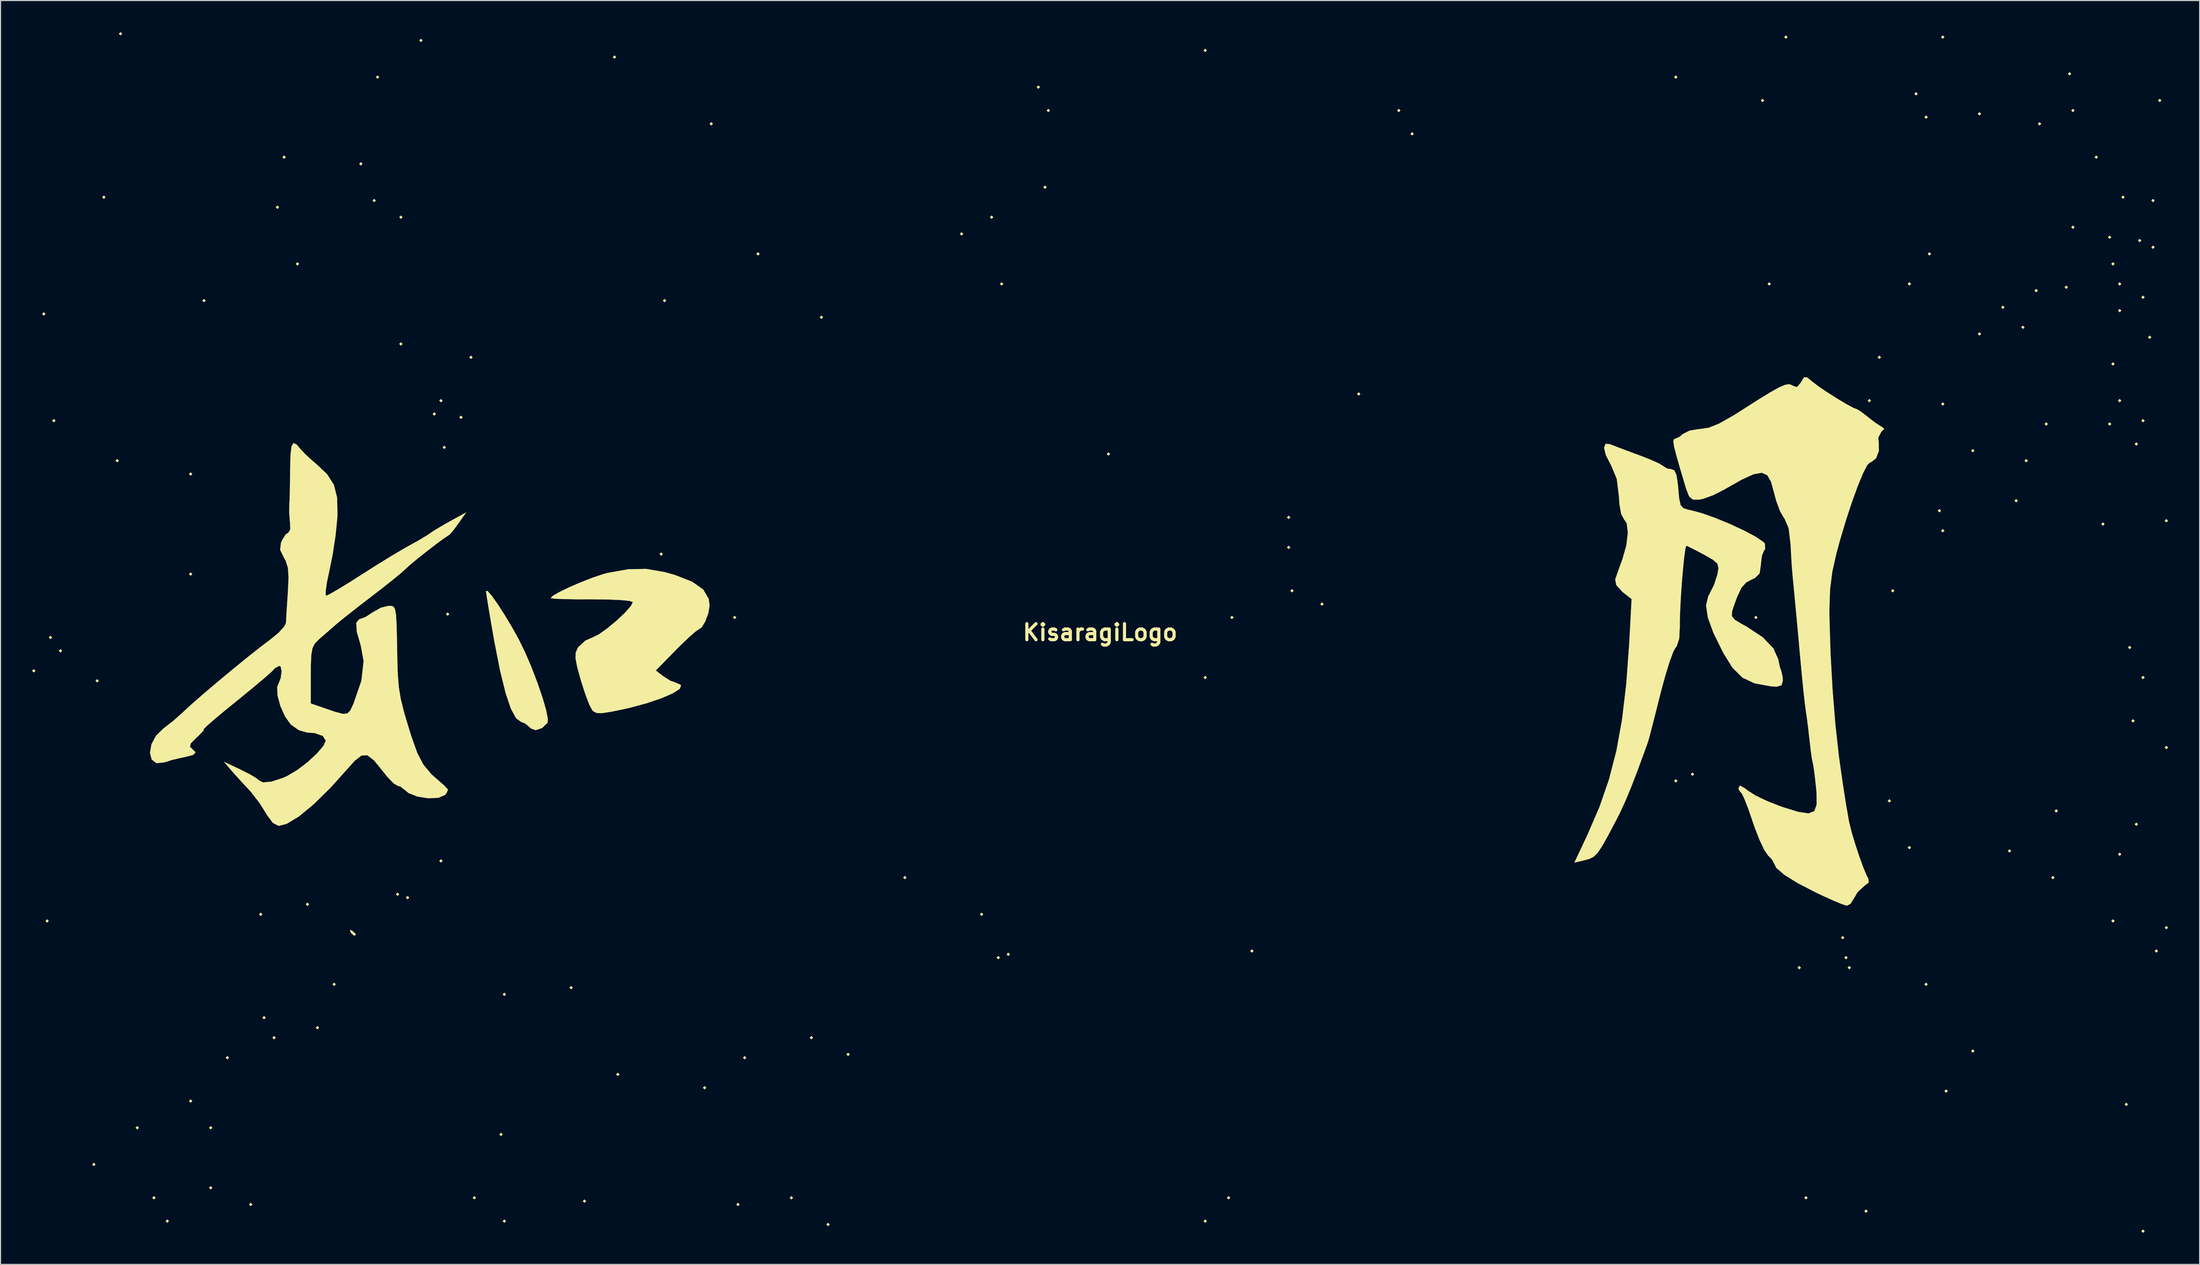
<source format=kicad_pcb>
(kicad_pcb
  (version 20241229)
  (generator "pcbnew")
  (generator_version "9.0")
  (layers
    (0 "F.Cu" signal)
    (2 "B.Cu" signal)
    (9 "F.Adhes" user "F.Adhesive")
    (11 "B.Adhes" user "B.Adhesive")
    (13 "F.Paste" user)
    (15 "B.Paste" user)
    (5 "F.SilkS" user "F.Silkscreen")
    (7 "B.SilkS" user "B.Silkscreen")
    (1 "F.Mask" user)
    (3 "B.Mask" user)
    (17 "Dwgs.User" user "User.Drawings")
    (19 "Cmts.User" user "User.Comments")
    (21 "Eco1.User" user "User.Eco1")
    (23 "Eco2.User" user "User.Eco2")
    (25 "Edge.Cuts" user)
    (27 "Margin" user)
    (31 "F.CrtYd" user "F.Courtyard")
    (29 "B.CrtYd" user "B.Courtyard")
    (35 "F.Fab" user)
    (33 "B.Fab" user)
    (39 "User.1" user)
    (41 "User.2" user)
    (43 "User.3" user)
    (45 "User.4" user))
  (footprint "KisaragiLogo"
    (layer "F.Cu")
    (at 101.605 57.155)
    (property "Reference" "KisaragiLogo" (at 0 0 0) (layer "F.SilkS") (effects (font (size 1.524 1.524) (thickness 0.3))))
    (attr through_hole)
    (fp_poly (pts (xy -101.282 3.651) (xy -101.441 3.81) (xy -101.6 3.651) (xy -101.441 3.493) (xy -101.282 3.651)) (stroke (width 0.01) (type solid)) (fill yes) (layer "F.SilkS"))
    (fp_poly (pts (xy -100.33 -30.321) (xy -100.489 -30.163) (xy -100.647 -30.321) (xy -100.489 -30.48) (xy -100.33 -30.321)) (stroke (width 0.01) (type solid)) (fill yes) (layer "F.SilkS"))
    (fp_poly (pts (xy -100.013 27.464) (xy -100.171 27.622) (xy -100.33 27.464) (xy -100.171 27.305) (xy -100.013 27.464)) (stroke (width 0.01) (type solid)) (fill yes) (layer "F.SilkS"))
    (fp_poly (pts (xy -99.695 0.476) (xy -99.854 0.635) (xy -100.013 0.476) (xy -99.854 0.318) (xy -99.695 0.476)) (stroke (width 0.01) (type solid)) (fill yes) (layer "F.SilkS"))
    (fp_poly (pts (xy -99.377 -20.161) (xy -99.536 -20.003) (xy -99.695 -20.161) (xy -99.536 -20.32) (xy -99.377 -20.161)) (stroke (width 0.01) (type solid)) (fill yes) (layer "F.SilkS"))
    (fp_poly (pts (xy -98.743 1.746) (xy -98.901 1.905) (xy -99.06 1.746) (xy -98.901 1.587) (xy -98.743 1.746)) (stroke (width 0.01) (type solid)) (fill yes) (layer "F.SilkS"))
    (fp_poly (pts (xy -95.567 50.641) (xy -95.726 50.8) (xy -95.885 50.641) (xy -95.726 50.483) (xy -95.567 50.641)) (stroke (width 0.01) (type solid)) (fill yes) (layer "F.SilkS"))
    (fp_poly (pts (xy -95.25 4.604) (xy -95.409 4.763) (xy -95.567 4.604) (xy -95.409 4.445) (xy -95.25 4.604)) (stroke (width 0.01) (type solid)) (fill yes) (layer "F.SilkS"))
    (fp_poly (pts (xy -94.615 -41.434) (xy -94.774 -41.275) (xy -94.933 -41.434) (xy -94.774 -41.593) (xy -94.615 -41.434)) (stroke (width 0.01) (type solid)) (fill yes) (layer "F.SilkS"))
    (fp_poly (pts (xy -93.345 -16.351) (xy -93.504 -16.192) (xy -93.662 -16.351) (xy -93.504 -16.51) (xy -93.345 -16.351)) (stroke (width 0.01) (type solid)) (fill yes) (layer "F.SilkS"))
    (fp_poly (pts (xy -93.028 -56.991) (xy -93.186 -56.833) (xy -93.345 -56.991) (xy -93.186 -57.15) (xy -93.028 -56.991)) (stroke (width 0.01) (type solid)) (fill yes) (layer "F.SilkS"))
    (fp_poly (pts (xy -91.44 47.149) (xy -91.599 47.307) (xy -91.757 47.149) (xy -91.599 46.99) (xy -91.44 47.149)) (stroke (width 0.01) (type solid)) (fill yes) (layer "F.SilkS"))
    (fp_poly (pts (xy -89.853 53.816) (xy -90.011 53.975) (xy -90.17 53.816) (xy -90.011 53.657) (xy -89.853 53.816)) (stroke (width 0.01) (type solid)) (fill yes) (layer "F.SilkS"))
    (fp_poly (pts (xy -88.582 56.039) (xy -88.741 56.197) (xy -88.9 56.039) (xy -88.741 55.88) (xy -88.582 56.039)) (stroke (width 0.01) (type solid)) (fill yes) (layer "F.SilkS"))
    (fp_poly (pts (xy -86.36 -15.081) (xy -86.519 -14.922) (xy -86.677 -15.081) (xy -86.519 -15.24) (xy -86.36 -15.081)) (stroke (width 0.01) (type solid)) (fill yes) (layer "F.SilkS"))
    (fp_poly (pts (xy -86.36 -5.556) (xy -86.519 -5.397) (xy -86.677 -5.556) (xy -86.519 -5.715) (xy -86.36 -5.556)) (stroke (width 0.01) (type solid)) (fill yes) (layer "F.SilkS"))
    (fp_poly (pts (xy -86.36 44.609) (xy -86.519 44.767) (xy -86.677 44.609) (xy -86.519 44.45) (xy -86.36 44.609)) (stroke (width 0.01) (type solid)) (fill yes) (layer "F.SilkS"))
    (fp_poly (pts (xy -85.09 -31.591) (xy -85.249 -31.433) (xy -85.407 -31.591) (xy -85.249 -31.75) (xy -85.09 -31.591)) (stroke (width 0.01) (type solid)) (fill yes) (layer "F.SilkS"))
    (fp_poly (pts (xy -84.455 47.149) (xy -84.614 47.307) (xy -84.772 47.149) (xy -84.614 46.99) (xy -84.455 47.149)) (stroke (width 0.01) (type solid)) (fill yes) (layer "F.SilkS"))
    (fp_poly (pts (xy -84.455 52.864) (xy -84.614 53.023) (xy -84.772 52.864) (xy -84.614 52.705) (xy -84.455 52.864)) (stroke (width 0.01) (type solid)) (fill yes) (layer "F.SilkS"))
    (fp_poly (pts (xy -82.868 40.481) (xy -83.026 40.64) (xy -83.185 40.481) (xy -83.026 40.322) (xy -82.868 40.481)) (stroke (width 0.01) (type solid)) (fill yes) (layer "F.SilkS"))
    (fp_poly (pts (xy -80.645 54.451) (xy -80.804 54.61) (xy -80.963 54.451) (xy -80.804 54.292) (xy -80.645 54.451)) (stroke (width 0.01) (type solid)) (fill yes) (layer "F.SilkS"))
    (fp_poly (pts (xy -79.692 26.829) (xy -79.851 26.988) (xy -80.01 26.829) (xy -79.851 26.67) (xy -79.692 26.829)) (stroke (width 0.01) (type solid)) (fill yes) (layer "F.SilkS"))
    (fp_poly (pts (xy -79.375 36.671) (xy -79.534 36.83) (xy -79.692 36.671) (xy -79.534 36.513) (xy -79.375 36.671)) (stroke (width 0.01) (type solid)) (fill yes) (layer "F.SilkS"))
    (fp_poly (pts (xy -78.422 38.576) (xy -78.581 38.735) (xy -78.74 38.576) (xy -78.581 38.417) (xy -78.422 38.576)) (stroke (width 0.01) (type solid)) (fill yes) (layer "F.SilkS"))
    (fp_poly (pts (xy -78.105 -40.481) (xy -78.264 -40.322) (xy -78.422 -40.481) (xy -78.264 -40.64) (xy -78.105 -40.481)) (stroke (width 0.01) (type solid)) (fill yes) (layer "F.SilkS"))
    (fp_poly (pts (xy -77.47 -45.244) (xy -77.629 -45.085) (xy -77.787 -45.244) (xy -77.629 -45.403) (xy -77.47 -45.244)) (stroke (width 0.01) (type solid)) (fill yes) (layer "F.SilkS"))
    (fp_poly (pts (xy -76.2 -35.084) (xy -76.359 -34.925) (xy -76.517 -35.084) (xy -76.359 -35.242) (xy -76.2 -35.084)) (stroke (width 0.01) (type solid)) (fill yes) (layer "F.SilkS"))
    (fp_poly (pts (xy -75.248 25.876) (xy -75.406 26.035) (xy -75.565 25.876) (xy -75.406 25.718) (xy -75.248 25.876)) (stroke (width 0.01) (type solid)) (fill yes) (layer "F.SilkS"))
    (fp_poly (pts (xy -74.295 37.624) (xy -74.454 37.782) (xy -74.612 37.624) (xy -74.454 37.465) (xy -74.295 37.624)) (stroke (width 0.01) (type solid)) (fill yes) (layer "F.SilkS"))
    (fp_poly (pts (xy -72.707 33.496) (xy -72.866 33.655) (xy -73.025 33.496) (xy -72.866 33.337) (xy -72.707 33.496)) (stroke (width 0.01) (type solid)) (fill yes) (layer "F.SilkS"))
    (fp_poly (pts (xy -70.168 -44.609) (xy -70.326 -44.45) (xy -70.485 -44.609) (xy -70.326 -44.767) (xy -70.168 -44.609)) (stroke (width 0.01) (type solid)) (fill yes) (layer "F.SilkS"))
    (fp_poly (pts (xy -68.897 -41.116) (xy -69.056 -40.958) (xy -69.215 -41.116) (xy -69.056 -41.275) (xy -68.897 -41.116)) (stroke (width 0.01) (type solid)) (fill yes) (layer "F.SilkS"))
    (fp_poly (pts (xy -68.58 -52.864) (xy -68.739 -52.705) (xy -68.897 -52.864) (xy -68.739 -53.023) (xy -68.58 -52.864)) (stroke (width 0.01) (type solid)) (fill yes) (layer "F.SilkS"))
    (fp_poly (pts (xy -66.675 24.924) (xy -66.834 25.082) (xy -66.993 24.924) (xy -66.834 24.765) (xy -66.675 24.924)) (stroke (width 0.01) (type solid)) (fill yes) (layer "F.SilkS"))
    (fp_poly (pts (xy -66.358 -39.529) (xy -66.516 -39.37) (xy -66.675 -39.529) (xy -66.516 -39.688) (xy -66.358 -39.529)) (stroke (width 0.01) (type solid)) (fill yes) (layer "F.SilkS"))
    (fp_poly (pts (xy -66.358 -27.464) (xy -66.516 -27.305) (xy -66.675 -27.464) (xy -66.516 -27.622) (xy -66.358 -27.464)) (stroke (width 0.01) (type solid)) (fill yes) (layer "F.SilkS"))
    (fp_poly (pts (xy -65.722 25.241) (xy -65.881 25.4) (xy -66.04 25.241) (xy -65.881 25.082) (xy -65.722 25.241)) (stroke (width 0.01) (type solid)) (fill yes) (layer "F.SilkS"))
    (fp_poly (pts (xy -64.453 -56.356) (xy -64.611 -56.197) (xy -64.77 -56.356) (xy -64.611 -56.515) (xy -64.453 -56.356)) (stroke (width 0.01) (type solid)) (fill yes) (layer "F.SilkS"))
    (fp_poly (pts (xy -63.182 -20.796) (xy -63.341 -20.637) (xy -63.5 -20.796) (xy -63.341 -20.955) (xy -63.182 -20.796)) (stroke (width 0.01) (type solid)) (fill yes) (layer "F.SilkS"))
    (fp_poly (pts (xy -62.547 -22.066) (xy -62.706 -21.907) (xy -62.865 -22.066) (xy -62.706 -22.225) (xy -62.547 -22.066)) (stroke (width 0.01) (type solid)) (fill yes) (layer "F.SilkS"))
    (fp_poly (pts (xy -62.547 21.749) (xy -62.706 21.907) (xy -62.865 21.749) (xy -62.706 21.59) (xy -62.547 21.749)) (stroke (width 0.01) (type solid)) (fill yes) (layer "F.SilkS"))
    (fp_poly (pts (xy -62.23 -17.621) (xy -62.389 -17.462) (xy -62.547 -17.621) (xy -62.389 -17.78) (xy -62.23 -17.621)) (stroke (width 0.01) (type solid)) (fill yes) (layer "F.SilkS"))
    (fp_poly (pts (xy -61.913 -1.746) (xy -62.071 -1.587) (xy -62.23 -1.746) (xy -62.071 -1.905) (xy -61.913 -1.746)) (stroke (width 0.01) (type solid)) (fill yes) (layer "F.SilkS"))
    (fp_poly (pts (xy -60.642 -20.479) (xy -60.801 -20.32) (xy -60.96 -20.479) (xy -60.801 -20.637) (xy -60.642 -20.479)) (stroke (width 0.01) (type solid)) (fill yes) (layer "F.SilkS"))
    (fp_poly (pts (xy -59.69 -26.194) (xy -59.849 -26.035) (xy -60.008 -26.194) (xy -59.849 -26.352) (xy -59.69 -26.194)) (stroke (width 0.01) (type solid)) (fill yes) (layer "F.SilkS"))
    (fp_poly (pts (xy -59.373 53.816) (xy -59.531 53.975) (xy -59.69 53.816) (xy -59.531 53.657) (xy -59.373 53.816)) (stroke (width 0.01) (type solid)) (fill yes) (layer "F.SilkS"))
    (fp_poly (pts (xy -56.833 47.784) (xy -56.991 47.943) (xy -57.15 47.784) (xy -56.991 47.625) (xy -56.833 47.784)) (stroke (width 0.01) (type solid)) (fill yes) (layer "F.SilkS"))
    (fp_poly (pts (xy -56.515 34.449) (xy -56.674 34.608) (xy -56.833 34.449) (xy -56.674 34.29) (xy -56.515 34.449)) (stroke (width 0.01) (type solid)) (fill yes) (layer "F.SilkS"))
    (fp_poly (pts (xy -56.515 56.039) (xy -56.674 56.197) (xy -56.833 56.039) (xy -56.674 55.88) (xy -56.515 56.039)) (stroke (width 0.01) (type solid)) (fill yes) (layer "F.SilkS"))
    (fp_poly (pts (xy -50.165 33.814) (xy -50.324 33.972) (xy -50.483 33.814) (xy -50.324 33.655) (xy -50.165 33.814)) (stroke (width 0.01) (type solid)) (fill yes) (layer "F.SilkS"))
    (fp_poly (pts (xy -48.895 54.134) (xy -49.054 54.292) (xy -49.212 54.134) (xy -49.054 53.975) (xy -48.895 54.134)) (stroke (width 0.01) (type solid)) (fill yes) (layer "F.SilkS"))
    (fp_poly (pts (xy -46.038 -54.769) (xy -46.196 -54.61) (xy -46.355 -54.769) (xy -46.196 -54.928) (xy -46.038 -54.769)) (stroke (width 0.01) (type solid)) (fill yes) (layer "F.SilkS"))
    (fp_poly (pts (xy -45.72 42.069) (xy -45.879 42.227) (xy -46.038 42.069) (xy -45.879 41.91) (xy -45.72 42.069)) (stroke (width 0.01) (type solid)) (fill yes) (layer "F.SilkS"))
    (fp_poly (pts (xy -41.593 -7.461) (xy -41.751 -7.303) (xy -41.91 -7.461) (xy -41.751 -7.62) (xy -41.593 -7.461)) (stroke (width 0.01) (type solid)) (fill yes) (layer "F.SilkS"))
    (fp_poly (pts (xy -41.275 -31.591) (xy -41.434 -31.433) (xy -41.593 -31.591) (xy -41.434 -31.75) (xy -41.275 -31.591)) (stroke (width 0.01) (type solid)) (fill yes) (layer "F.SilkS"))
    (fp_poly (pts (xy -37.465 43.339) (xy -37.624 43.498) (xy -37.782 43.339) (xy -37.624 43.18) (xy -37.465 43.339)) (stroke (width 0.01) (type solid)) (fill yes) (layer "F.SilkS"))
    (fp_poly (pts (xy -36.83 -48.419) (xy -36.989 -48.26) (xy -37.148 -48.419) (xy -36.989 -48.578) (xy -36.83 -48.419)) (stroke (width 0.01) (type solid)) (fill yes) (layer "F.SilkS"))
    (fp_poly (pts (xy -34.608 -1.429) (xy -34.766 -1.27) (xy -34.925 -1.429) (xy -34.766 -1.587) (xy -34.608 -1.429)) (stroke (width 0.01) (type solid)) (fill yes) (layer "F.SilkS"))
    (fp_poly (pts (xy -34.29 54.451) (xy -34.449 54.61) (xy -34.608 54.451) (xy -34.449 54.292) (xy -34.29 54.451)) (stroke (width 0.01) (type solid)) (fill yes) (layer "F.SilkS"))
    (fp_poly (pts (xy -33.655 40.481) (xy -33.814 40.64) (xy -33.972 40.481) (xy -33.814 40.322) (xy -33.655 40.481)) (stroke (width 0.01) (type solid)) (fill yes) (layer "F.SilkS"))
    (fp_poly (pts (xy -32.385 -36.036) (xy -32.544 -35.877) (xy -32.703 -36.036) (xy -32.544 -36.195) (xy -32.385 -36.036)) (stroke (width 0.01) (type solid)) (fill yes) (layer "F.SilkS"))
    (fp_poly (pts (xy -29.21 53.816) (xy -29.369 53.975) (xy -29.527 53.816) (xy -29.369 53.657) (xy -29.21 53.816)) (stroke (width 0.01) (type solid)) (fill yes) (layer "F.SilkS"))
    (fp_poly (pts (xy -27.305 38.576) (xy -27.464 38.735) (xy -27.622 38.576) (xy -27.464 38.417) (xy -27.305 38.576)) (stroke (width 0.01) (type solid)) (fill yes) (layer "F.SilkS"))
    (fp_poly (pts (xy -26.352 -30.004) (xy -26.511 -29.845) (xy -26.67 -30.004) (xy -26.511 -30.163) (xy -26.352 -30.004)) (stroke (width 0.01) (type solid)) (fill yes) (layer "F.SilkS"))
    (fp_poly (pts (xy -25.718 56.356) (xy -25.876 56.515) (xy -26.035 56.356) (xy -25.876 56.197) (xy -25.718 56.356)) (stroke (width 0.01) (type solid)) (fill yes) (layer "F.SilkS"))
    (fp_poly (pts (xy -23.812 40.164) (xy -23.971 40.322) (xy -24.13 40.164) (xy -23.971 40.005) (xy -23.812 40.164)) (stroke (width 0.01) (type solid)) (fill yes) (layer "F.SilkS"))
    (fp_poly (pts (xy -18.415 23.336) (xy -18.574 23.495) (xy -18.733 23.336) (xy -18.574 23.177) (xy -18.415 23.336)) (stroke (width 0.01) (type solid)) (fill yes) (layer "F.SilkS"))
    (fp_poly (pts (xy -13.018 -37.941) (xy -13.176 -37.782) (xy -13.335 -37.941) (xy -13.176 -38.1) (xy -13.018 -37.941)) (stroke (width 0.01) (type solid)) (fill yes) (layer "F.SilkS"))
    (fp_poly (pts (xy -11.113 26.829) (xy -11.271 26.988) (xy -11.43 26.829) (xy -11.271 26.67) (xy -11.113 26.829)) (stroke (width 0.01) (type solid)) (fill yes) (layer "F.SilkS"))
    (fp_poly (pts (xy -10.16 -39.529) (xy -10.319 -39.37) (xy -10.477 -39.529) (xy -10.319 -39.688) (xy -10.16 -39.529)) (stroke (width 0.01) (type solid)) (fill yes) (layer "F.SilkS"))
    (fp_poly (pts (xy -9.525 30.956) (xy -9.684 31.115) (xy -9.842 30.956) (xy -9.684 30.797) (xy -9.525 30.956)) (stroke (width 0.01) (type solid)) (fill yes) (layer "F.SilkS"))
    (fp_poly (pts (xy -9.207 -33.179) (xy -9.366 -33.02) (xy -9.525 -33.179) (xy -9.366 -33.337) (xy -9.207 -33.179)) (stroke (width 0.01) (type solid)) (fill yes) (layer "F.SilkS"))
    (fp_poly (pts (xy -8.572 30.639) (xy -8.731 30.797) (xy -8.89 30.639) (xy -8.731 30.48) (xy -8.572 30.639)) (stroke (width 0.01) (type solid)) (fill yes) (layer "F.SilkS"))
    (fp_poly (pts (xy -5.715 -51.911) (xy -5.874 -51.752) (xy -6.032 -51.911) (xy -5.874 -52.07) (xy -5.715 -51.911)) (stroke (width 0.01) (type solid)) (fill yes) (layer "F.SilkS"))
    (fp_poly (pts (xy -5.08 -42.386) (xy -5.239 -42.227) (xy -5.397 -42.386) (xy -5.239 -42.545) (xy -5.08 -42.386)) (stroke (width 0.01) (type solid)) (fill yes) (layer "F.SilkS"))
    (fp_poly (pts (xy -4.763 -49.689) (xy -4.921 -49.53) (xy -5.08 -49.689) (xy -4.921 -49.847) (xy -4.763 -49.689)) (stroke (width 0.01) (type solid)) (fill yes) (layer "F.SilkS"))
    (fp_poly (pts (xy 0.953 -16.986) (xy 0.794 -16.828) (xy 0.635 -16.986) (xy 0.794 -17.145) (xy 0.953 -16.986)) (stroke (width 0.01) (type solid)) (fill yes) (layer "F.SilkS"))
    (fp_poly (pts (xy 10.16 -55.404) (xy 10.001 -55.245) (xy 9.842 -55.404) (xy 10.001 -55.562) (xy 10.16 -55.404)) (stroke (width 0.01) (type solid)) (fill yes) (layer "F.SilkS"))
    (fp_poly (pts (xy 10.16 4.286) (xy 10.001 4.445) (xy 9.842 4.286) (xy 10.001 4.128) (xy 10.16 4.286)) (stroke (width 0.01) (type solid)) (fill yes) (layer "F.SilkS"))
    (fp_poly (pts (xy 10.16 56.039) (xy 10.001 56.197) (xy 9.842 56.039) (xy 10.001 55.88) (xy 10.16 56.039)) (stroke (width 0.01) (type solid)) (fill yes) (layer "F.SilkS"))
    (fp_poly (pts (xy 12.383 53.816) (xy 12.224 53.975) (xy 12.065 53.816) (xy 12.224 53.657) (xy 12.383 53.816)) (stroke (width 0.01) (type solid)) (fill yes) (layer "F.SilkS"))
    (fp_poly (pts (xy 12.7 -1.429) (xy 12.541 -1.27) (xy 12.383 -1.429) (xy 12.541 -1.587) (xy 12.7 -1.429)) (stroke (width 0.01) (type solid)) (fill yes) (layer "F.SilkS"))
    (fp_poly (pts (xy 14.605 30.321) (xy 14.446 30.48) (xy 14.287 30.321) (xy 14.446 30.163) (xy 14.605 30.321)) (stroke (width 0.01) (type solid)) (fill yes) (layer "F.SilkS"))
    (fp_poly (pts (xy 18.098 -10.954) (xy 17.939 -10.795) (xy 17.78 -10.954) (xy 17.939 -11.113) (xy 18.098 -10.954)) (stroke (width 0.01) (type solid)) (fill yes) (layer "F.SilkS"))
    (fp_poly (pts (xy 18.098 -8.096) (xy 17.939 -7.938) (xy 17.78 -8.096) (xy 17.939 -8.255) (xy 18.098 -8.096)) (stroke (width 0.01) (type solid)) (fill yes) (layer "F.SilkS"))
    (fp_poly (pts (xy 18.415 -3.969) (xy 18.256 -3.81) (xy 18.098 -3.969) (xy 18.256 -4.128) (xy 18.415 -3.969)) (stroke (width 0.01) (type solid)) (fill yes) (layer "F.SilkS"))
    (fp_poly (pts (xy 21.273 -2.699) (xy 21.114 -2.54) (xy 20.955 -2.699) (xy 21.114 -2.857) (xy 21.273 -2.699)) (stroke (width 0.01) (type solid)) (fill yes) (layer "F.SilkS"))
    (fp_poly (pts (xy 24.765 -22.701) (xy 24.606 -22.543) (xy 24.448 -22.701) (xy 24.606 -22.86) (xy 24.765 -22.701)) (stroke (width 0.01) (type solid)) (fill yes) (layer "F.SilkS"))
    (fp_poly (pts (xy 28.575 -49.689) (xy 28.416 -49.53) (xy 28.258 -49.689) (xy 28.416 -49.847) (xy 28.575 -49.689)) (stroke (width 0.01) (type solid)) (fill yes) (layer "F.SilkS"))
    (fp_poly (pts (xy 29.845 -47.466) (xy 29.686 -47.307) (xy 29.527 -47.466) (xy 29.686 -47.625) (xy 29.845 -47.466)) (stroke (width 0.01) (type solid)) (fill yes) (layer "F.SilkS"))
    (fp_poly (pts (xy 54.928 -52.864) (xy 54.769 -52.705) (xy 54.61 -52.864) (xy 54.769 -53.023) (xy 54.928 -52.864)) (stroke (width 0.01) (type solid)) (fill yes) (layer "F.SilkS"))
    (fp_poly (pts (xy 54.928 14.129) (xy 54.769 14.287) (xy 54.61 14.129) (xy 54.769 13.97) (xy 54.928 14.129)) (stroke (width 0.01) (type solid)) (fill yes) (layer "F.SilkS"))
    (fp_poly (pts (xy 56.515 13.494) (xy 56.356 13.652) (xy 56.197 13.494) (xy 56.356 13.335) (xy 56.515 13.494)) (stroke (width 0.01) (type solid)) (fill yes) (layer "F.SilkS"))
    (fp_poly (pts (xy 62.547 -1.429) (xy 62.389 -1.27) (xy 62.23 -1.429) (xy 62.389 -1.587) (xy 62.547 -1.429)) (stroke (width 0.01) (type solid)) (fill yes) (layer "F.SilkS"))
    (fp_poly (pts (xy 63.182 -50.641) (xy 63.024 -50.483) (xy 62.865 -50.641) (xy 63.024 -50.8) (xy 63.182 -50.641)) (stroke (width 0.01) (type solid)) (fill yes) (layer "F.SilkS"))
    (fp_poly (pts (xy 63.818 -33.179) (xy 63.659 -33.02) (xy 63.5 -33.179) (xy 63.659 -33.337) (xy 63.818 -33.179)) (stroke (width 0.01) (type solid)) (fill yes) (layer "F.SilkS"))
    (fp_poly (pts (xy 65.405 -56.674) (xy 65.246 -56.515) (xy 65.088 -56.674) (xy 65.246 -56.833) (xy 65.405 -56.674)) (stroke (width 0.01) (type solid)) (fill yes) (layer "F.SilkS"))
    (fp_poly (pts (xy 66.675 31.909) (xy 66.516 32.068) (xy 66.358 31.909) (xy 66.516 31.75) (xy 66.675 31.909)) (stroke (width 0.01) (type solid)) (fill yes) (layer "F.SilkS"))
    (fp_poly (pts (xy 67.31 53.816) (xy 67.151 53.975) (xy 66.993 53.816) (xy 67.151 53.657) (xy 67.31 53.816)) (stroke (width 0.01) (type solid)) (fill yes) (layer "F.SilkS"))
    (fp_poly (pts (xy 70.802 29.051) (xy 70.644 29.21) (xy 70.485 29.051) (xy 70.644 28.892) (xy 70.802 29.051)) (stroke (width 0.01) (type solid)) (fill yes) (layer "F.SilkS"))
    (fp_poly (pts (xy 71.12 30.956) (xy 70.961 31.115) (xy 70.802 30.956) (xy 70.961 30.797) (xy 71.12 30.956)) (stroke (width 0.01) (type solid)) (fill yes) (layer "F.SilkS"))
    (fp_poly (pts (xy 71.438 31.909) (xy 71.279 32.068) (xy 71.12 31.909) (xy 71.279 31.75) (xy 71.438 31.909)) (stroke (width 0.01) (type solid)) (fill yes) (layer "F.SilkS"))
    (fp_poly (pts (xy 73.025 55.086) (xy 72.866 55.245) (xy 72.707 55.086) (xy 72.866 54.928) (xy 73.025 55.086)) (stroke (width 0.01) (type solid)) (fill yes) (layer "F.SilkS"))
    (fp_poly (pts (xy 73.343 -22.066) (xy 73.184 -21.907) (xy 73.025 -22.066) (xy 73.184 -22.225) (xy 73.343 -22.066)) (stroke (width 0.01) (type solid)) (fill yes) (layer "F.SilkS"))
    (fp_poly (pts (xy 74.295 -26.194) (xy 74.136 -26.035) (xy 73.978 -26.194) (xy 74.136 -26.352) (xy 74.295 -26.194)) (stroke (width 0.01) (type solid)) (fill yes) (layer "F.SilkS"))
    (fp_poly (pts (xy 75.248 16.034) (xy 75.089 16.192) (xy 74.93 16.034) (xy 75.089 15.875) (xy 75.248 16.034)) (stroke (width 0.01) (type solid)) (fill yes) (layer "F.SilkS"))
    (fp_poly (pts (xy 75.565 -3.969) (xy 75.406 -3.81) (xy 75.248 -3.969) (xy 75.406 -4.128) (xy 75.565 -3.969)) (stroke (width 0.01) (type solid)) (fill yes) (layer "F.SilkS"))
    (fp_poly (pts (xy 77.153 -33.179) (xy 76.994 -33.02) (xy 76.835 -33.179) (xy 76.994 -33.337) (xy 77.153 -33.179)) (stroke (width 0.01) (type solid)) (fill yes) (layer "F.SilkS"))
    (fp_poly (pts (xy 77.153 20.479) (xy 76.994 20.637) (xy 76.835 20.479) (xy 76.994 20.32) (xy 77.153 20.479)) (stroke (width 0.01) (type solid)) (fill yes) (layer "F.SilkS"))
    (fp_poly (pts (xy 77.787 -51.276) (xy 77.629 -51.117) (xy 77.47 -51.276) (xy 77.629 -51.435) (xy 77.787 -51.276)) (stroke (width 0.01) (type solid)) (fill yes) (layer "F.SilkS"))
    (fp_poly (pts (xy 78.74 -49.054) (xy 78.581 -48.895) (xy 78.422 -49.054) (xy 78.581 -49.212) (xy 78.74 -49.054)) (stroke (width 0.01) (type solid)) (fill yes) (layer "F.SilkS"))
    (fp_poly (pts (xy 78.74 33.496) (xy 78.581 33.655) (xy 78.422 33.496) (xy 78.581 33.337) (xy 78.74 33.496)) (stroke (width 0.01) (type solid)) (fill yes) (layer "F.SilkS"))
    (fp_poly (pts (xy 79.058 -36.036) (xy 78.899 -35.877) (xy 78.74 -36.036) (xy 78.899 -36.195) (xy 79.058 -36.036)) (stroke (width 0.01) (type solid)) (fill yes) (layer "F.SilkS"))
    (fp_poly (pts (xy 80.01 -11.589) (xy 79.851 -11.43) (xy 79.692 -11.589) (xy 79.851 -11.748) (xy 80.01 -11.589)) (stroke (width 0.01) (type solid)) (fill yes) (layer "F.SilkS"))
    (fp_poly (pts (xy 80.328 -56.674) (xy 80.169 -56.515) (xy 80.01 -56.674) (xy 80.169 -56.833) (xy 80.328 -56.674)) (stroke (width 0.01) (type solid)) (fill yes) (layer "F.SilkS"))
    (fp_poly (pts (xy 80.328 -21.749) (xy 80.169 -21.59) (xy 80.01 -21.749) (xy 80.169 -21.907) (xy 80.328 -21.749)) (stroke (width 0.01) (type solid)) (fill yes) (layer "F.SilkS"))
    (fp_poly (pts (xy 80.328 -9.684) (xy 80.169 -9.525) (xy 80.01 -9.684) (xy 80.169 -9.842) (xy 80.328 -9.684)) (stroke (width 0.01) (type solid)) (fill yes) (layer "F.SilkS"))
    (fp_poly (pts (xy 80.645 43.656) (xy 80.486 43.815) (xy 80.328 43.656) (xy 80.486 43.498) (xy 80.645 43.656)) (stroke (width 0.01) (type solid)) (fill yes) (layer "F.SilkS"))
    (fp_poly (pts (xy 83.185 -17.304) (xy 83.026 -17.145) (xy 82.868 -17.304) (xy 83.026 -17.462) (xy 83.185 -17.304)) (stroke (width 0.01) (type solid)) (fill yes) (layer "F.SilkS"))
    (fp_poly (pts (xy 83.185 39.846) (xy 83.026 40.005) (xy 82.868 39.846) (xy 83.026 39.688) (xy 83.185 39.846)) (stroke (width 0.01) (type solid)) (fill yes) (layer "F.SilkS"))
    (fp_poly (pts (xy 83.82 -49.371) (xy 83.661 -49.212) (xy 83.502 -49.371) (xy 83.661 -49.53) (xy 83.82 -49.371)) (stroke (width 0.01) (type solid)) (fill yes) (layer "F.SilkS"))
    (fp_poly (pts (xy 83.82 -28.416) (xy 83.661 -28.258) (xy 83.502 -28.416) (xy 83.661 -28.575) (xy 83.82 -28.416)) (stroke (width 0.01) (type solid)) (fill yes) (layer "F.SilkS"))
    (fp_poly (pts (xy 86.043 -30.956) (xy 85.884 -30.797) (xy 85.725 -30.956) (xy 85.884 -31.115) (xy 86.043 -30.956)) (stroke (width 0.01) (type solid)) (fill yes) (layer "F.SilkS"))
    (fp_poly (pts (xy 86.677 20.796) (xy 86.519 20.955) (xy 86.36 20.796) (xy 86.519 20.637) (xy 86.677 20.796)) (stroke (width 0.01) (type solid)) (fill yes) (layer "F.SilkS"))
    (fp_poly (pts (xy 87.312 -12.541) (xy 87.154 -12.383) (xy 86.995 -12.541) (xy 87.154 -12.7) (xy 87.312 -12.541)) (stroke (width 0.01) (type solid)) (fill yes) (layer "F.SilkS"))
    (fp_poly (pts (xy 87.948 -29.051) (xy 87.789 -28.892) (xy 87.63 -29.051) (xy 87.789 -29.21) (xy 87.948 -29.051)) (stroke (width 0.01) (type solid)) (fill yes) (layer "F.SilkS"))
    (fp_poly (pts (xy 88.265 -16.351) (xy 88.106 -16.192) (xy 87.948 -16.351) (xy 88.106 -16.51) (xy 88.265 -16.351)) (stroke (width 0.01) (type solid)) (fill yes) (layer "F.SilkS"))
    (fp_poly (pts (xy 89.218 -32.544) (xy 89.059 -32.385) (xy 88.9 -32.544) (xy 89.059 -32.703) (xy 89.218 -32.544)) (stroke (width 0.01) (type solid)) (fill yes) (layer "F.SilkS"))
    (fp_poly (pts (xy 89.535 -48.419) (xy 89.376 -48.26) (xy 89.218 -48.419) (xy 89.376 -48.578) (xy 89.535 -48.419)) (stroke (width 0.01) (type solid)) (fill yes) (layer "F.SilkS"))
    (fp_poly (pts (xy 90.17 -19.844) (xy 90.011 -19.685) (xy 89.853 -19.844) (xy 90.011 -20.003) (xy 90.17 -19.844)) (stroke (width 0.01) (type solid)) (fill yes) (layer "F.SilkS"))
    (fp_poly (pts (xy 90.805 23.336) (xy 90.646 23.495) (xy 90.487 23.336) (xy 90.646 23.177) (xy 90.805 23.336)) (stroke (width 0.01) (type solid)) (fill yes) (layer "F.SilkS"))
    (fp_poly (pts (xy 91.123 16.986) (xy 90.964 17.145) (xy 90.805 16.986) (xy 90.964 16.828) (xy 91.123 16.986)) (stroke (width 0.01) (type solid)) (fill yes) (layer "F.SilkS"))
    (fp_poly (pts (xy 92.075 -32.861) (xy 91.916 -32.703) (xy 91.757 -32.861) (xy 91.916 -33.02) (xy 92.075 -32.861)) (stroke (width 0.01) (type solid)) (fill yes) (layer "F.SilkS"))
    (fp_poly (pts (xy 92.392 -53.181) (xy 92.234 -53.023) (xy 92.075 -53.181) (xy 92.234 -53.34) (xy 92.392 -53.181)) (stroke (width 0.01) (type solid)) (fill yes) (layer "F.SilkS"))
    (fp_poly (pts (xy 92.71 -49.689) (xy 92.551 -49.53) (xy 92.392 -49.689) (xy 92.551 -49.847) (xy 92.71 -49.689)) (stroke (width 0.01) (type solid)) (fill yes) (layer "F.SilkS"))
    (fp_poly (pts (xy 92.71 -38.576) (xy 92.551 -38.417) (xy 92.392 -38.576) (xy 92.551 -38.735) (xy 92.71 -38.576)) (stroke (width 0.01) (type solid)) (fill yes) (layer "F.SilkS"))
    (fp_poly (pts (xy 94.933 -45.244) (xy 94.774 -45.085) (xy 94.615 -45.244) (xy 94.774 -45.403) (xy 94.933 -45.244)) (stroke (width 0.01) (type solid)) (fill yes) (layer "F.SilkS"))
    (fp_poly (pts (xy 95.567 -10.319) (xy 95.409 -10.16) (xy 95.25 -10.319) (xy 95.409 -10.477) (xy 95.567 -10.319)) (stroke (width 0.01) (type solid)) (fill yes) (layer "F.SilkS"))
    (fp_poly (pts (xy 96.203 -37.624) (xy 96.044 -37.465) (xy 95.885 -37.624) (xy 96.044 -37.782) (xy 96.203 -37.624)) (stroke (width 0.01) (type solid)) (fill yes) (layer "F.SilkS"))
    (fp_poly (pts (xy 96.203 -19.844) (xy 96.044 -19.685) (xy 95.885 -19.844) (xy 96.044 -20.003) (xy 96.203 -19.844)) (stroke (width 0.01) (type solid)) (fill yes) (layer "F.SilkS"))
    (fp_poly (pts (xy 96.52 -35.084) (xy 96.361 -34.925) (xy 96.203 -35.084) (xy 96.361 -35.242) (xy 96.52 -35.084)) (stroke (width 0.01) (type solid)) (fill yes) (layer "F.SilkS"))
    (fp_poly (pts (xy 96.52 -25.559) (xy 96.361 -25.4) (xy 96.203 -25.559) (xy 96.361 -25.718) (xy 96.52 -25.559)) (stroke (width 0.01) (type solid)) (fill yes) (layer "F.SilkS"))
    (fp_poly (pts (xy 96.52 27.464) (xy 96.361 27.622) (xy 96.203 27.464) (xy 96.361 27.305) (xy 96.52 27.464)) (stroke (width 0.01) (type solid)) (fill yes) (layer "F.SilkS"))
    (fp_poly (pts (xy 97.155 -33.179) (xy 96.996 -33.02) (xy 96.838 -33.179) (xy 96.996 -33.337) (xy 97.155 -33.179)) (stroke (width 0.01) (type solid)) (fill yes) (layer "F.SilkS"))
    (fp_poly (pts (xy 97.155 -30.639) (xy 96.996 -30.48) (xy 96.838 -30.639) (xy 96.996 -30.797) (xy 97.155 -30.639)) (stroke (width 0.01) (type solid)) (fill yes) (layer "F.SilkS"))
    (fp_poly (pts (xy 97.155 -22.066) (xy 96.996 -21.907) (xy 96.838 -22.066) (xy 96.996 -22.225) (xy 97.155 -22.066)) (stroke (width 0.01) (type solid)) (fill yes) (layer "F.SilkS"))
    (fp_poly (pts (xy 97.155 21.114) (xy 96.996 21.273) (xy 96.838 21.114) (xy 96.996 20.955) (xy 97.155 21.114)) (stroke (width 0.01) (type solid)) (fill yes) (layer "F.SilkS"))
    (fp_poly (pts (xy 97.472 -41.434) (xy 97.314 -41.275) (xy 97.155 -41.434) (xy 97.314 -41.593) (xy 97.472 -41.434)) (stroke (width 0.01) (type solid)) (fill yes) (layer "F.SilkS"))
    (fp_poly (pts (xy 97.79 44.926) (xy 97.631 45.085) (xy 97.472 44.926) (xy 97.631 44.767) (xy 97.79 44.926)) (stroke (width 0.01) (type solid)) (fill yes) (layer "F.SilkS"))
    (fp_poly (pts (xy 98.108 1.429) (xy 97.949 1.587) (xy 97.79 1.429) (xy 97.949 1.27) (xy 98.108 1.429)) (stroke (width 0.01) (type solid)) (fill yes) (layer "F.SilkS"))
    (fp_poly (pts (xy 98.425 8.414) (xy 98.266 8.572) (xy 98.108 8.414) (xy 98.266 8.255) (xy 98.425 8.414)) (stroke (width 0.01) (type solid)) (fill yes) (layer "F.SilkS"))
    (fp_poly (pts (xy 98.743 -17.939) (xy 98.584 -17.78) (xy 98.425 -17.939) (xy 98.584 -18.098) (xy 98.743 -17.939)) (stroke (width 0.01) (type solid)) (fill yes) (layer "F.SilkS"))
    (fp_poly (pts (xy 98.743 18.256) (xy 98.584 18.415) (xy 98.425 18.256) (xy 98.584 18.098) (xy 98.743 18.256)) (stroke (width 0.01) (type solid)) (fill yes) (layer "F.SilkS"))
    (fp_poly (pts (xy 99.06 -37.306) (xy 98.901 -37.148) (xy 98.743 -37.306) (xy 98.901 -37.465) (xy 99.06 -37.306)) (stroke (width 0.01) (type solid)) (fill yes) (layer "F.SilkS"))
    (fp_poly (pts (xy 99.377 -31.909) (xy 99.219 -31.75) (xy 99.06 -31.909) (xy 99.219 -32.068) (xy 99.377 -31.909)) (stroke (width 0.01) (type solid)) (fill yes) (layer "F.SilkS"))
    (fp_poly (pts (xy 99.377 -20.161) (xy 99.219 -20.003) (xy 99.06 -20.161) (xy 99.219 -20.32) (xy 99.377 -20.161)) (stroke (width 0.01) (type solid)) (fill yes) (layer "F.SilkS"))
    (fp_poly (pts (xy 99.377 4.286) (xy 99.219 4.445) (xy 99.06 4.286) (xy 99.219 4.128) (xy 99.377 4.286)) (stroke (width 0.01) (type solid)) (fill yes) (layer "F.SilkS"))
    (fp_poly (pts (xy 99.377 56.991) (xy 99.219 57.15) (xy 99.06 56.991) (xy 99.219 56.833) (xy 99.377 56.991)) (stroke (width 0.01) (type solid)) (fill yes) (layer "F.SilkS"))
    (fp_poly (pts (xy 100.013 -28.099) (xy 99.854 -27.94) (xy 99.695 -28.099) (xy 99.854 -28.258) (xy 100.013 -28.099)) (stroke (width 0.01) (type solid)) (fill yes) (layer "F.SilkS"))
    (fp_poly (pts (xy 100.33 -41.116) (xy 100.171 -40.958) (xy 100.013 -41.116) (xy 100.171 -41.275) (xy 100.33 -41.116)) (stroke (width 0.01) (type solid)) (fill yes) (layer "F.SilkS"))
    (fp_poly (pts (xy 100.33 -36.671) (xy 100.171 -36.513) (xy 100.013 -36.671) (xy 100.171 -36.83) (xy 100.33 -36.671)) (stroke (width 0.01) (type solid)) (fill yes) (layer "F.SilkS"))
    (fp_poly (pts (xy 100.647 30.321) (xy 100.489 30.48) (xy 100.33 30.321) (xy 100.489 30.163) (xy 100.647 30.321)) (stroke (width 0.01) (type solid)) (fill yes) (layer "F.SilkS"))
    (fp_poly (pts (xy 100.965 -50.641) (xy 100.806 -50.483) (xy 100.647 -50.641) (xy 100.806 -50.8) (xy 100.965 -50.641)) (stroke (width 0.01) (type solid)) (fill yes) (layer "F.SilkS"))
    (fp_poly (pts (xy 101.6 -10.636) (xy 101.441 -10.477) (xy 101.282 -10.636) (xy 101.441 -10.795) (xy 101.6 -10.636)) (stroke (width 0.01) (type solid)) (fill yes) (layer "F.SilkS"))
    (fp_poly (pts (xy 101.6 10.954) (xy 101.441 11.113) (xy 101.282 10.954) (xy 101.441 10.795) (xy 101.6 10.954)) (stroke (width 0.01) (type solid)) (fill yes) (layer "F.SilkS"))
    (fp_poly (pts (xy 101.6 28.099) (xy 101.441 28.258) (xy 101.282 28.099) (xy 101.441 27.94) (xy 101.6 28.099)) (stroke (width 0.01) (type solid)) (fill yes) (layer "F.SilkS"))
    (fp_poly (pts (xy -71.169 28.386) (xy -70.831 28.681) (xy -70.802 28.752) (xy -70.953 28.883) (xy -71.267 28.591) (xy -71.309 28.526) (xy -71.346 28.309) (xy -71.169 28.386)) (stroke (width 0.01) (type solid)) (fill yes) (layer "F.SilkS"))
    (fp_poly (pts (xy -57.884 -3.509) (xy -57.314 -2.707) (xy -56.632 -1.646) (xy -55.902 -0.424) (xy -55.314 0.635) (xy -54.706 1.876) (xy -54.095 3.303) (xy -53.527 4.785) (xy -53.047 6.19) (xy -52.7 7.387) (xy -52.534 8.243) (xy -52.561 8.596) (xy -53.082 9.099) (xy -53.7 9.304) (xy -54.163 9.135) (xy -54.196 9.086) (xy -54.704 8.656) (xy -55.065 8.528) (xy -55.562 8.165) (xy -56.057 7.248) (xy -56.557 5.759) (xy -57.07 3.678) (xy -57.601 0.983) (xy -57.662 0.642) (xy -57.939 -0.944) (xy -58.171 -2.312) (xy -58.337 -3.336) (xy -58.416 -3.891) (xy -58.42 -3.944) (xy -58.275 -3.954) (xy -57.884 -3.509)) (stroke (width 0.01) (type solid)) (fill yes) (layer "F.SilkS"))
    (fp_poly (pts (xy -41.423 -5.747) (xy -40.44 -5.469) (xy -38.807 -4.83) (xy -37.754 -4.088) (xy -37.23 -3.195) (xy -37.148 -2.566) (xy -37.267 -1.835) (xy -37.555 -1.058) (xy -37.904 -0.478) (xy -38.143 -0.318) (xy -38.468 -0.105) (xy -39.114 0.462) (xy -39.964 1.278) (xy -40.334 1.651) (xy -42.266 3.619) (xy -41.533 4.184) (xy -40.876 4.599) (xy -40.421 4.755) (xy -39.927 4.972) (xy -39.864 5.051) (xy -39.994 5.374) (xy -40.641 5.789) (xy -41.699 6.252) (xy -43.064 6.718) (xy -44.633 7.145) (xy -45.178 7.271) (xy -46.515 7.549) (xy -47.372 7.68) (xy -47.887 7.668) (xy -48.196 7.518) (xy -48.318 7.392) (xy -48.593 6.868) (xy -48.958 5.918) (xy -49.343 4.731) (xy -49.408 4.509) (xy -49.749 3.268) (xy -49.904 2.464) (xy -49.887 1.933) (xy -49.708 1.507) (xy -49.634 1.39) (xy -48.966 0.774) (xy -48.306 0.486) (xy -47.716 0.202) (xy -46.901 -0.374) (xy -46.015 -1.108) (xy -45.21 -1.866) (xy -44.639 -2.515) (xy -44.45 -2.893) (xy -44.747 -2.998) (xy -45.557 -3.082) (xy -46.757 -3.136) (xy -48.226 -3.152) (xy -48.292 -3.152) (xy -49.784 -3.154) (xy -51.029 -3.176) (xy -51.896 -3.212) (xy -52.261 -3.26) (xy -52.262 -3.261) (xy -52.096 -3.468) (xy -51.477 -3.829) (xy -50.545 -4.28) (xy -49.445 -4.759) (xy -48.319 -5.201) (xy -47.309 -5.544) (xy -46.831 -5.673) (xy -44.867 -6.019) (xy -43.162 -6.047) (xy -41.423 -5.747)) (stroke (width 0.01) (type solid)) (fill yes) (layer "F.SilkS"))
    (fp_poly (pts (xy 48.498 -17.926) (xy 49.061 -17.703) (xy 50.022 -17.339) (xy 51.181 -16.911) (xy 51.276 -16.876) (xy 52.363 -16.453) (xy 53.187 -16.081) (xy 53.59 -15.833) (xy 53.605 -15.812) (xy 53.968 -15.595) (xy 54.28 -15.557) (xy 54.626 -15.437) (xy 54.838 -14.983) (xy 54.972 -14.059) (xy 54.994 -13.812) (xy 55.094 -12.733) (xy 55.23 -12.125) (xy 55.489 -11.829) (xy 55.961 -11.681) (xy 56.205 -11.633) (xy 57.266 -11.348) (xy 58.565 -10.885) (xy 59.949 -10.313) (xy 61.265 -9.701) (xy 62.359 -9.119) (xy 63.079 -8.634) (xy 63.249 -8.454) (xy 63.27 -7.944) (xy 63.169 -7.797) (xy 62.959 -7.291) (xy 62.865 -6.482) (xy 62.865 -6.437) (xy 62.746 -5.621) (xy 62.304 -5.18) (xy 62.102 -5.092) (xy 61.468 -4.765) (xy 61.013 -4.25) (xy 60.601 -3.37) (xy 60.412 -2.857) (xy 60.136 -2.051) (xy 60.1 -1.561) (xy 60.393 -1.198) (xy 61.106 -0.773) (xy 61.519 -0.548) (xy 63.027 0.448) (xy 64.051 1.509) (xy 64.52 2.561) (xy 64.527 2.607) (xy 64.678 3.321) (xy 64.799 3.651) (xy 64.934 4.215) (xy 64.95 4.604) (xy 64.831 5.026) (xy 64.396 5.16) (xy 63.825 5.128) (xy 62.269 4.848) (xy 61.102 4.294) (xy 60.155 3.346) (xy 59.303 1.974) (xy 58.362 0.071) (xy 57.818 -1.421) (xy 57.654 -2.57) (xy 57.854 -3.446) (xy 57.965 -3.639) (xy 58.409 -4.531) (xy 58.727 -5.51) (xy 58.834 -6.144) (xy 58.718 -6.568) (xy 58.262 -6.95) (xy 57.427 -7.422) (xy 56.56 -7.88) (xy 55.951 -8.183) (xy 55.771 -8.255) (xy 55.681 -7.962) (xy 55.572 -7.179) (xy 55.457 -6.05) (xy 55.345 -4.72) (xy 55.25 -3.333) (xy 55.183 -2.032) (xy 55.155 -0.964) (xy 55.158 -0.651) (xy 55.096 0.586) (xy 54.859 1.314) (xy 54.768 1.412) (xy 54.533 1.834) (xy 54.196 2.745) (xy 53.8 4.016) (xy 53.389 5.52) (xy 53.339 5.715) (xy 52.899 7.459) (xy 52.586 8.694) (xy 52.372 9.525) (xy 52.23 10.058) (xy 52.13 10.4) (xy 52.044 10.655) (xy 51.944 10.931) (xy 51.936 10.954) (xy 51.149 13.1) (xy 50.506 14.771) (xy 49.953 16.099) (xy 49.438 17.211) (xy 49.085 17.904) (xy 48.314 19.36) (xy 47.756 20.353) (xy 47.331 20.984) (xy 46.956 21.351) (xy 46.55 21.556) (xy 46.032 21.696) (xy 45.978 21.709) (xy 45.125 21.909) (xy 46.394 19.201) (xy 47.515 16.598) (xy 48.414 13.996) (xy 49.12 11.27) (xy 49.657 8.299) (xy 50.054 4.958) (xy 50.336 1.123) (xy 50.358 0.714) (xy 50.567 -3.176) (xy 49.705 -3.854) (xy 49.113 -4.503) (xy 49.007 -5.044) (xy 49.212 -5.641) (xy 49.539 -6.553) (xy 49.697 -6.985) (xy 50.072 -8.308) (xy 50.208 -9.499) (xy 50.101 -10.398) (xy 49.823 -10.81) (xy 49.572 -11.277) (xy 49.408 -12.226) (xy 49.367 -12.912) (xy 49.154 -14.622) (xy 48.631 -15.875) (xy 48.125 -16.858) (xy 47.943 -17.587) (xy 48.091 -17.963) (xy 48.498 -17.926)) (stroke (width 0.01) (type solid)) (fill yes) (layer "F.SilkS"))
    (fp_poly (pts (xy 67.734 -23.894) (xy 68.311 -23.451) (xy 69.166 -22.87) (xy 70.13 -22.258) (xy 71.032 -21.72) (xy 71.704 -21.361) (xy 71.952 -21.273) (xy 72.295 -21.087) (xy 72.902 -20.629) (xy 73.047 -20.509) (xy 73.755 -19.959) (xy 74.308 -19.605) (xy 74.363 -19.581) (xy 74.597 -19.373) (xy 74.329 -19.107) (xy 74.033 -18.548) (xy 74.074 -18.079) (xy 74.093 -17.268) (xy 73.812 -16.562) (xy 73.337 -16.202) (xy 73.243 -16.192) (xy 72.967 -15.903) (xy 72.562 -15.102) (xy 72.065 -13.89) (xy 71.514 -12.369) (xy 70.946 -10.64) (xy 70.399 -8.805) (xy 70.043 -7.493) (xy 69.662 -5.783) (xy 69.452 -4.146) (xy 69.384 -2.293) (xy 69.39 -1.349) (xy 69.493 2.012) (xy 69.687 5.472) (xy 69.956 8.796) (xy 70.284 11.75) (xy 70.326 12.065) (xy 70.65 14.342) (xy 70.956 16.318) (xy 71.223 17.843) (xy 71.271 18.089) (xy 71.498 19.003) (xy 71.842 20.155) (xy 72.241 21.359) (xy 72.631 22.43) (xy 72.949 23.18) (xy 73.074 23.393) (xy 73.13 23.797) (xy 72.713 24.127) (xy 72.075 24.703) (xy 71.748 25.261) (xy 71.39 25.832) (xy 71.048 26.011) (xy 70.595 25.868) (xy 69.728 25.509) (xy 68.605 24.998) (xy 68.104 24.759) (xy 66.342 23.846) (xy 65.068 23.05) (xy 64.323 22.4) (xy 64.135 22.007) (xy 63.919 21.607) (xy 63.553 21.233) (xy 63.197 20.716) (xy 62.742 19.76) (xy 62.265 18.536) (xy 62.078 17.988) (xy 61.663 16.781) (xy 61.299 15.844) (xy 61.039 15.312) (xy 60.966 15.24) (xy 60.771 14.983) (xy 60.748 14.78) (xy 60.886 14.581) (xy 61.344 14.832) (xy 61.632 15.063) (xy 62.361 15.523) (xy 63.477 16.057) (xy 64.76 16.56) (xy 64.965 16.63) (xy 66.427 17.081) (xy 67.392 17.227) (xy 67.946 17.014) (xy 68.174 16.386) (xy 68.162 15.288) (xy 68.102 14.629) (xy 67.981 13.544) (xy 67.87 12.735) (xy 67.797 12.387) (xy 67.717 12.008) (xy 67.603 11.189) (xy 67.503 10.319) (xy 67.37 9.141) (xy 67.239 8.111) (xy 67.165 7.62) (xy 67.056 6.823) (xy 66.91 5.511) (xy 66.74 3.802) (xy 66.556 1.814) (xy 66.523 1.429) (xy 66.437 0.478) (xy 66.313 -0.867) (xy 66.171 -2.385) (xy 66.033 -3.854) (xy 65.919 -5.049) (xy 65.869 -5.556) (xy 65.802 -6.408) (xy 65.731 -7.583) (xy 65.69 -8.41) (xy 65.508 -9.909) (xy 65.123 -10.825) (xy 65.064 -10.894) (xy 64.702 -11.514) (xy 64.33 -12.512) (xy 64.104 -13.358) (xy 63.829 -14.354) (xy 63.475 -14.968) (xy 62.954 -15.203) (xy 62.179 -15.065) (xy 61.062 -14.556) (xy 59.516 -13.683) (xy 59.373 -13.598) (xy 58.353 -13.079) (xy 57.386 -12.724) (xy 57.019 -12.647) (xy 56.409 -12.645) (xy 56.05 -12.926) (xy 55.763 -13.646) (xy 55.713 -13.811) (xy 55.183 -15.594) (xy 54.823 -16.856) (xy 54.614 -17.683) (xy 54.537 -18.161) (xy 54.572 -18.375) (xy 54.662 -18.415) (xy 55.119 -18.618) (xy 55.449 -18.891) (xy 56.074 -19.211) (xy 56.974 -19.365) (xy 57.093 -19.368) (xy 57.908 -19.488) (xy 58.902 -19.888) (xy 60.202 -20.623) (xy 60.801 -21) (xy 62.478 -22.07) (xy 63.709 -22.829) (xy 64.575 -23.316) (xy 65.159 -23.571) (xy 65.542 -23.636) (xy 65.807 -23.549) (xy 65.891 -23.487) (xy 66.289 -23.353) (xy 66.651 -23.769) (xy 66.68 -23.822) (xy 66.97 -24.283) (xy 67.257 -24.286) (xy 67.734 -23.894)) (stroke (width 0.01) (type solid)) (fill yes) (layer "F.SilkS"))
    (fp_poly (pts (xy -76.418 -17.874) (xy -76.139 -17.539) (xy -75.635 -16.991) (xy -74.878 -16.3) (xy -74.612 -16.079) (xy -73.545 -15.078) (xy -72.893 -14.06) (xy -72.586 -12.84) (xy -72.551 -11.236) (xy -72.572 -10.834) (xy -72.732 -9.229) (xy -73.006 -7.426) (xy -73.304 -5.953) (xy -73.546 -4.811) (xy -73.672 -3.951) (xy -73.662 -3.517) (xy -73.631 -3.493) (xy -73.276 -3.656) (xy -72.507 -4.099) (xy -71.438 -4.753) (xy -70.261 -5.501) (xy -68.86 -6.391) (xy -67.496 -7.233) (xy -66.348 -7.917) (xy -65.722 -8.269) (xy -64.793 -8.785) (xy -64.047 -9.236) (xy -63.818 -9.394) (xy -63.275 -9.752) (xy -62.409 -10.265) (xy -61.825 -10.593) (xy -60.308 -11.427) (xy -61.031 -10.396) (xy -61.531 -9.721) (xy -61.88 -9.318) (xy -61.928 -9.282) (xy -62.375 -8.989) (xy -63.143 -8.424) (xy -64.063 -7.716) (xy -64.967 -6.997) (xy -65.687 -6.398) (xy -66.022 -6.09) (xy -66.474 -5.68) (xy -67.303 -4.996) (xy -68.378 -4.146) (xy -69.215 -3.501) (xy -70.425 -2.57) (xy -71.525 -1.708) (xy -72.365 -1.033) (xy -72.707 -0.745) (xy -73.56 0.001) (xy -74.295 0.639) (xy -74.683 1.025) (xy -74.92 1.468) (xy -75.041 2.129) (xy -75.084 3.168) (xy -75.089 4.04) (xy -75.089 6.758) (xy -73.978 7.144) (xy -72.778 7.555) (xy -72.035 7.75) (xy -71.599 7.711) (xy -71.323 7.416) (xy -71.058 6.847) (xy -71.016 6.752) (xy -70.272 4.591) (xy -70.063 2.725) (xy -70.331 1.257) (xy -70.714 -0.074) (xy -70.761 -0.925) (xy -70.472 -1.271) (xy -70.406 -1.277) (xy -69.892 -1.465) (xy -69.215 -1.905) (xy -68.42 -2.356) (xy -67.707 -2.533) (xy -67.421 -2.53) (xy -67.216 -2.455) (xy -67.077 -2.215) (xy -66.987 -1.72) (xy -66.931 -0.878) (xy -66.895 0.403) (xy -66.862 2.213) (xy -66.857 2.54) (xy -66.813 4.004) (xy -66.714 5.208) (xy -66.525 6.349) (xy -66.21 7.619) (xy -65.731 9.214) (xy -65.485 9.993) (xy -64.951 11.485) (xy -64.374 12.581) (xy -63.598 13.512) (xy -62.469 14.505) (xy -62.395 14.565) (xy -62.033 14.96) (xy -62.192 15.332) (xy -62.332 15.478) (xy -62.969 15.744) (xy -63.929 15.781) (xy -64.954 15.62) (xy -65.788 15.287) (xy -66.053 15.066) (xy -66.561 14.673) (xy -66.814 14.605) (xy -67.199 14.369) (xy -67.793 13.76) (xy -68.251 13.192) (xy -69.072 12.179) (xy -69.703 11.693) (xy -70.276 11.718) (xy -70.926 12.234) (xy -71.401 12.764) (xy -73.178 14.746) (xy -74.795 16.34) (xy -76.207 17.508) (xy -77.367 18.211) (xy -78.143 18.415) (xy -78.695 18.13) (xy -79.269 17.363) (xy -79.344 17.224) (xy -79.972 16.223) (xy -80.779 15.185) (xy -81.018 14.921) (xy -81.806 14.074) (xy -82.519 13.28) (xy -82.709 13.061) (xy -83.344 12.314) (xy -81.756 13.063) (xy -80.861 13.516) (xy -80.239 13.891) (xy -80.063 14.049) (xy -79.643 14.274) (xy -78.819 14.198) (xy -77.734 13.843) (xy -77.3 13.647) (xy -76.363 13.088) (xy -75.385 12.338) (xy -74.512 11.532) (xy -73.888 10.804) (xy -73.66 10.3) (xy -73.951 9.845) (xy -74.745 9.576) (xy -75.447 9.525) (xy -76.215 9.306) (xy -76.976 8.778) (xy -76.986 8.768) (xy -77.534 8.003) (xy -77.981 7.005) (xy -78.255 5.999) (xy -78.284 5.207) (xy -78.207 4.993) (xy -77.951 4.359) (xy -77.862 3.688) (xy -77.959 3.238) (xy -78.075 3.175) (xy -78.515 3.407) (xy -78.588 3.503) (xy -78.899 3.814) (xy -79.609 4.436) (xy -80.621 5.286) (xy -81.834 6.279) (xy -82.132 6.519) (xy -83.334 7.498) (xy -84.313 8.317) (xy -84.985 8.905) (xy -85.267 9.191) (xy -85.264 9.207) (xy -85.336 9.389) (xy -85.773 9.839) (xy -85.945 9.996) (xy -86.495 10.545) (xy -86.583 10.88) (xy -86.369 11.09) (xy -86.05 11.409) (xy -86.263 11.651) (xy -87.056 11.86) (xy -87.226 11.891) (xy -88.225 12.119) (xy -89.018 12.367) (xy -89.767 12.447) (xy -90.224 12.097) (xy -90.386 11.453) (xy -90.248 10.649) (xy -89.808 9.823) (xy -89.097 9.132) (xy -88.149 8.395) (xy -87.248 7.591) (xy -87.239 7.582) (xy -86.449 6.851) (xy -85.297 5.844) (xy -83.919 4.673) (xy -82.452 3.454) (xy -81.035 2.301) (xy -79.803 1.327) (xy -78.978 0.706) (xy -78.157 0.034) (xy -77.602 -0.578) (xy -77.451 -0.903) (xy -77.421 -1.462) (xy -77.359 -2.455) (xy -77.278 -3.68) (xy -77.266 -3.86) (xy -77.205 -5.224) (xy -77.263 -6.143) (xy -77.461 -6.798) (xy -77.647 -7.127) (xy -78.003 -7.869) (xy -77.925 -8.54) (xy -77.839 -8.744) (xy -77.484 -9.321) (xy -77.203 -9.525) (xy -77.043 -9.793) (xy -77.059 -10.398) (xy -77.142 -11.382) (xy -77.132 -12.065) (xy -77.1 -12.753) (xy -77.073 -13.862) (xy -77.057 -15.178) (xy -77.055 -15.478) (xy -77.021 -16.89) (xy -76.919 -17.724) (xy -76.727 -18.033) (xy -76.418 -17.874)) (stroke (width 0.01) (type solid)) (fill yes) (layer "F.SilkS")))
  (gr_rect
    (start -3 -3)
    (end 206.21 117.31)
    (stroke (width 0.1) (type default))
    (fill no)
    (layer "Edge.Cuts")))
</source>
